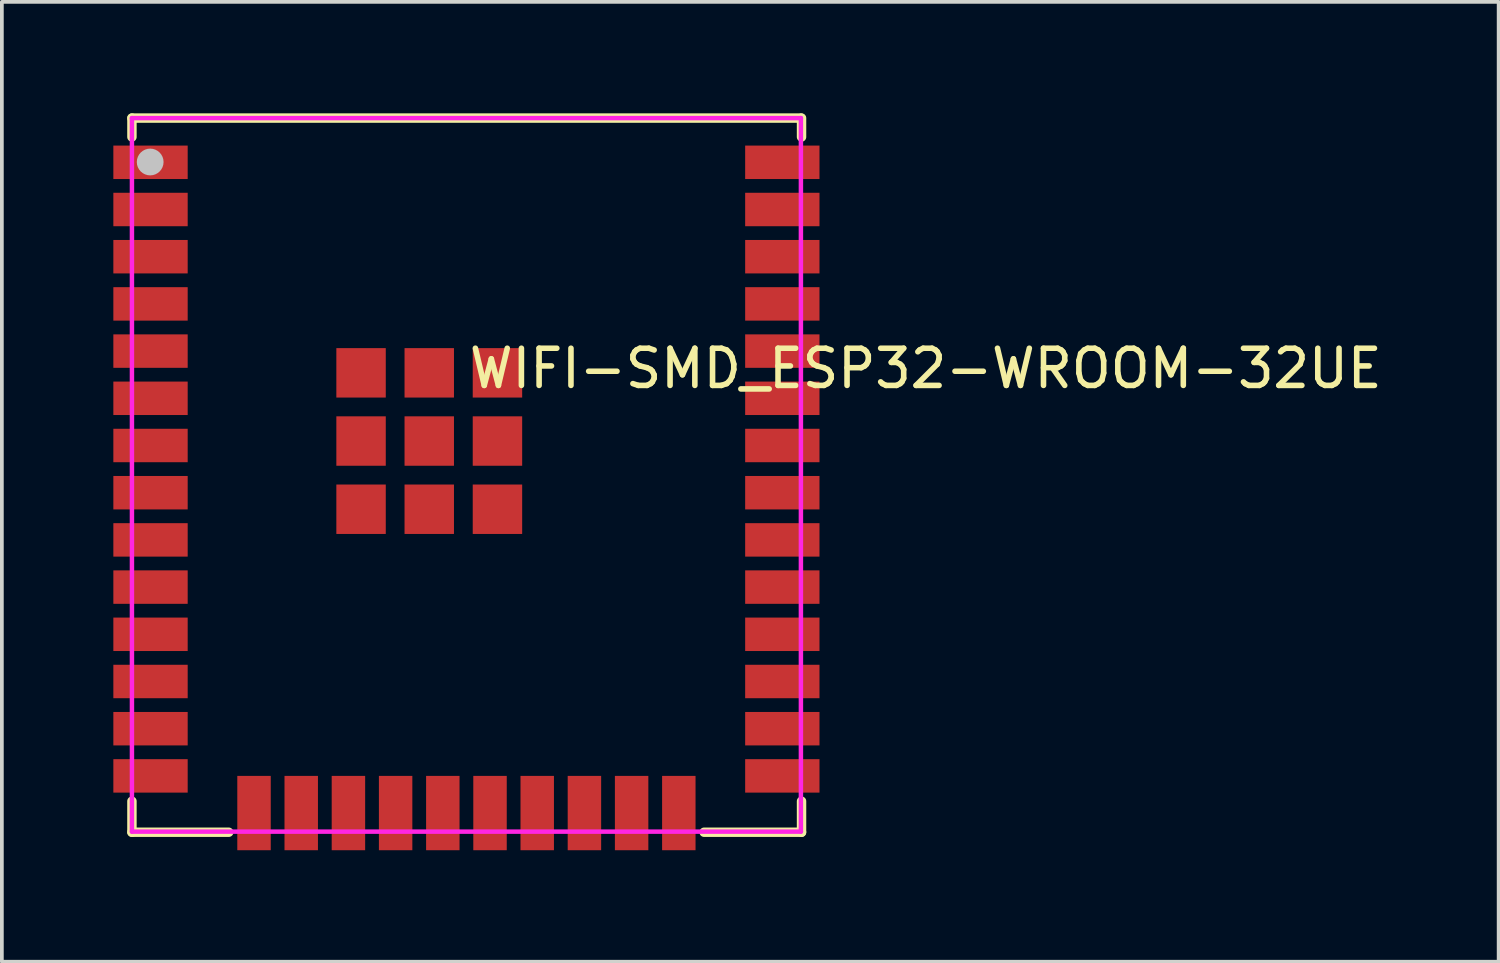
<source format=kicad_pcb>
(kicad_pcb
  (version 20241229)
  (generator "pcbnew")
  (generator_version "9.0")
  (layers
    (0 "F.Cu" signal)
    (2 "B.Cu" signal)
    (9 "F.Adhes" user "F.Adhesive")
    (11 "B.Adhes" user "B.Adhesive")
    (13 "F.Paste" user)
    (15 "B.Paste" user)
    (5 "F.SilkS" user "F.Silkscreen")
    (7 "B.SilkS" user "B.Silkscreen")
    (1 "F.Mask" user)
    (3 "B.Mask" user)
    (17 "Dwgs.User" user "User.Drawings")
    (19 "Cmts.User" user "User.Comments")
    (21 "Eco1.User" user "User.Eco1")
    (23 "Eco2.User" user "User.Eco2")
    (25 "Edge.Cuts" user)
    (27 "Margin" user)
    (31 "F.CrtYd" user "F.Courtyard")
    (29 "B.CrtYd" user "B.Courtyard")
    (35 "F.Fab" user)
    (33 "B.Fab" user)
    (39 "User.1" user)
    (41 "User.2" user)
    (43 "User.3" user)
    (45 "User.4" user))
  (footprint "WIFI-SMD_ESP32-WROOM-32UE"
    (layer "F.Cu")
    (at 9.5 10.072)
    (property "Reference" "WIFI-SMD_ESP32-WROOM-32UE" (at 0 -3.207 0) (layer "F.SilkS") (effects (font (size 1 1) (thickness 0.15)) (justify left)))
    (attr through_hole)
    (fp_line (start -9 -9.945) (end -9 -9.436) (stroke (width 0.254) (type solid)) (layer "F.SilkS"))
    (fp_line (start -9 8.436) (end -9 9.271) (stroke (width 0.254) (type solid)) (layer "F.SilkS"))
    (fp_line (start -9 9.271) (end -6.396 9.271) (stroke (width 0.254) (type solid)) (layer "F.SilkS"))
    (fp_line (start 6.396 9.271) (end 9.017 9.271) (stroke (width 0.254) (type solid)) (layer "F.SilkS"))
    (fp_line (start 9 -9.945) (end -9 -9.945) (stroke (width 0.254) (type solid)) (layer "F.SilkS"))
    (fp_line (start 9.017 -9.436) (end 9.017 -9.945) (stroke (width 0.254) (type solid)) (layer "F.SilkS"))
    (fp_line (start 9.017 9.271) (end 9.017 8.436) (stroke (width 0.254) (type solid)) (layer "F.SilkS"))
    (fp_circle (center -8.509 -8.763) (end -8.329 -8.763) (stroke (width 0.36) (type solid)) (fill no) (layer "Dwgs.User"))
    (fp_circle (center -9 -9.945) (end -8.97 -9.945) (stroke (width 0.06) (type solid)) (fill no) (layer "Eco2.User"))
    (fp_poly (pts (xy -8.1 -8.33) (xy -9 -8.33) (xy -9 -9.18) (xy -8.1 -9.18)) (stroke (width 0.12) (type solid)) (fill no) (layer "Eco2.User"))
    (fp_poly (pts (xy -8.1 -7.06) (xy -9 -7.06) (xy -9 -7.91) (xy -8.1 -7.91)) (stroke (width 0.12) (type solid)) (fill no) (layer "Eco2.User"))
    (fp_poly (pts (xy -8.1 -5.79) (xy -9 -5.79) (xy -9 -6.64) (xy -8.1 -6.64)) (stroke (width 0.12) (type solid)) (fill no) (layer "Eco2.User"))
    (fp_poly (pts (xy -8.1 -4.52) (xy -9 -4.52) (xy -9 -5.37) (xy -8.1 -5.37)) (stroke (width 0.12) (type solid)) (fill no) (layer "Eco2.User"))
    (fp_poly (pts (xy -8.1 -3.25) (xy -9 -3.25) (xy -9 -4.1) (xy -8.1 -4.1)) (stroke (width 0.12) (type solid)) (fill no) (layer "Eco2.User"))
    (fp_poly (pts (xy -8.1 -1.98) (xy -9 -1.98) (xy -9 -2.83) (xy -8.1 -2.83)) (stroke (width 0.12) (type solid)) (fill no) (layer "Eco2.User"))
    (fp_poly (pts (xy -8.1 -0.71) (xy -9 -0.71) (xy -9 -1.56) (xy -8.1 -1.56)) (stroke (width 0.12) (type solid)) (fill no) (layer "Eco2.User"))
    (fp_poly (pts (xy -8.1 0.56) (xy -9 0.56) (xy -9 -0.29) (xy -8.1 -0.29)) (stroke (width 0.12) (type solid)) (fill no) (layer "Eco2.User"))
    (fp_poly (pts (xy -8.1 1.83) (xy -9 1.83) (xy -9 0.98) (xy -8.1 0.98)) (stroke (width 0.12) (type solid)) (fill no) (layer "Eco2.User"))
    (fp_poly (pts (xy -8.1 3.1) (xy -9 3.1) (xy -9 2.25) (xy -8.1 2.25)) (stroke (width 0.12) (type solid)) (fill no) (layer "Eco2.User"))
    (fp_poly (pts (xy -8.1 4.37) (xy -9 4.37) (xy -9 3.52) (xy -8.1 3.52)) (stroke (width 0.12) (type solid)) (fill no) (layer "Eco2.User"))
    (fp_poly (pts (xy -8.1 5.64) (xy -9 5.64) (xy -9 4.79) (xy -8.1 4.79)) (stroke (width 0.12) (type solid)) (fill no) (layer "Eco2.User"))
    (fp_poly (pts (xy -8.1 6.91) (xy -9 6.91) (xy -9 6.06) (xy -8.1 6.06)) (stroke (width 0.12) (type solid)) (fill no) (layer "Eco2.User"))
    (fp_poly (pts (xy -8.1 8.18) (xy -9 8.18) (xy -9 7.33) (xy -8.1 7.33)) (stroke (width 0.12) (type solid)) (fill no) (layer "Eco2.User"))
    (fp_poly (pts (xy -5.29 8.395) (xy -5.29 9.295) (xy -6.14 9.295) (xy -6.14 8.395)) (stroke (width 0.12) (type solid)) (fill no) (layer "Eco2.User"))
    (fp_poly (pts (xy -4.02 8.395) (xy -4.02 9.295) (xy -4.87 9.295) (xy -4.87 8.395)) (stroke (width 0.12) (type solid)) (fill no) (layer "Eco2.User"))
    (fp_poly (pts (xy -3.5 -3.755) (xy -2.17 -3.755) (xy -2.17 -2.425) (xy -3.5 -2.425)) (stroke (width 0.12) (type solid)) (fill no) (layer "Eco2.User"))
    (fp_poly (pts (xy -3.5 -1.92) (xy -2.17 -1.92) (xy -2.17 -0.59) (xy -3.5 -0.59)) (stroke (width 0.12) (type solid)) (fill no) (layer "Eco2.User"))
    (fp_poly (pts (xy -3.5 -0.085) (xy -2.17 -0.085) (xy -2.17 1.245) (xy -3.5 1.245)) (stroke (width 0.12) (type solid)) (fill no) (layer "Eco2.User"))
    (fp_poly (pts (xy -2.75 8.395) (xy -2.75 9.295) (xy -3.6 9.295) (xy -3.6 8.395)) (stroke (width 0.12) (type solid)) (fill no) (layer "Eco2.User"))
    (fp_poly (pts (xy -1.665 -3.755) (xy -0.335 -3.755) (xy -0.335 -2.425) (xy -1.665 -2.425)) (stroke (width 0.12) (type solid)) (fill no) (layer "Eco2.User"))
    (fp_poly (pts (xy -1.665 -1.92) (xy -0.335 -1.92) (xy -0.335 -0.59) (xy -1.665 -0.59)) (stroke (width 0.12) (type solid)) (fill no) (layer "Eco2.User"))
    (fp_poly (pts (xy -1.665 -0.085) (xy -0.335 -0.085) (xy -0.335 1.245) (xy -1.665 1.245)) (stroke (width 0.12) (type solid)) (fill no) (layer "Eco2.User"))
    (fp_poly (pts (xy -1.48 8.395) (xy -1.48 9.295) (xy -2.33 9.295) (xy -2.33 8.395)) (stroke (width 0.12) (type solid)) (fill no) (layer "Eco2.User"))
    (fp_poly (pts (xy -0.21 8.395) (xy -0.21 9.295) (xy -1.06 9.295) (xy -1.06 8.395)) (stroke (width 0.12) (type solid)) (fill no) (layer "Eco2.User"))
    (fp_poly (pts (xy 0.17 -3.755) (xy 1.5 -3.755) (xy 1.5 -2.425) (xy 0.17 -2.425)) (stroke (width 0.12) (type solid)) (fill no) (layer "Eco2.User"))
    (fp_poly (pts (xy 0.17 -1.92) (xy 1.5 -1.92) (xy 1.5 -0.59) (xy 0.17 -0.59)) (stroke (width 0.12) (type solid)) (fill no) (layer "Eco2.User"))
    (fp_poly (pts (xy 0.17 -0.085) (xy 1.5 -0.085) (xy 1.5 1.245) (xy 0.17 1.245)) (stroke (width 0.12) (type solid)) (fill no) (layer "Eco2.User"))
    (fp_poly (pts (xy 1.06 8.395) (xy 1.06 9.295) (xy 0.21 9.295) (xy 0.21 8.395)) (stroke (width 0.12) (type solid)) (fill no) (layer "Eco2.User"))
    (fp_poly (pts (xy 2.33 8.395) (xy 2.33 9.295) (xy 1.48 9.295) (xy 1.48 8.395)) (stroke (width 0.12) (type solid)) (fill no) (layer "Eco2.User"))
    (fp_poly (pts (xy 3.6 8.395) (xy 3.6 9.295) (xy 2.75 9.295) (xy 2.75 8.395)) (stroke (width 0.12) (type solid)) (fill no) (layer "Eco2.User"))
    (fp_poly (pts (xy 4.87 8.395) (xy 4.87 9.295) (xy 4.02 9.295) (xy 4.02 8.395)) (stroke (width 0.12) (type solid)) (fill no) (layer "Eco2.User"))
    (fp_poly (pts (xy 6.14 8.395) (xy 6.14 9.295) (xy 5.29 9.295) (xy 5.29 8.395)) (stroke (width 0.12) (type solid)) (fill no) (layer "Eco2.User"))
    (fp_poly (pts (xy 8.1 -9.18) (xy 9 -9.18) (xy 9 -8.33) (xy 8.1 -8.33)) (stroke (width 0.12) (type solid)) (fill no) (layer "Eco2.User"))
    (fp_poly (pts (xy 8.1 -7.91) (xy 9 -7.91) (xy 9 -7.06) (xy 8.1 -7.06)) (stroke (width 0.12) (type solid)) (fill no) (layer "Eco2.User"))
    (fp_poly (pts (xy 8.1 -6.64) (xy 9 -6.64) (xy 9 -5.79) (xy 8.1 -5.79)) (stroke (width 0.12) (type solid)) (fill no) (layer "Eco2.User"))
    (fp_poly (pts (xy 8.1 -5.37) (xy 9 -5.37) (xy 9 -4.52) (xy 8.1 -4.52)) (stroke (width 0.12) (type solid)) (fill no) (layer "Eco2.User"))
    (fp_poly (pts (xy 8.1 -4.1) (xy 9 -4.1) (xy 9 -3.25) (xy 8.1 -3.25)) (stroke (width 0.12) (type solid)) (fill no) (layer "Eco2.User"))
    (fp_poly (pts (xy 8.1 -2.83) (xy 9 -2.83) (xy 9 -1.98) (xy 8.1 -1.98)) (stroke (width 0.12) (type solid)) (fill no) (layer "Eco2.User"))
    (fp_poly (pts (xy 8.1 -1.56) (xy 9 -1.56) (xy 9 -0.71) (xy 8.1 -0.71)) (stroke (width 0.12) (type solid)) (fill no) (layer "Eco2.User"))
    (fp_poly (pts (xy 8.1 -0.29) (xy 9 -0.29) (xy 9 0.56) (xy 8.1 0.56)) (stroke (width 0.12) (type solid)) (fill no) (layer "Eco2.User"))
    (fp_poly (pts (xy 8.1 0.98) (xy 9 0.98) (xy 9 1.83) (xy 8.1 1.83)) (stroke (width 0.12) (type solid)) (fill no) (layer "Eco2.User"))
    (fp_poly (pts (xy 8.1 2.25) (xy 9 2.25) (xy 9 3.1) (xy 8.1 3.1)) (stroke (width 0.12) (type solid)) (fill no) (layer "Eco2.User"))
    (fp_poly (pts (xy 8.1 3.52) (xy 9 3.52) (xy 9 4.37) (xy 8.1 4.37)) (stroke (width 0.12) (type solid)) (fill no) (layer "Eco2.User"))
    (fp_poly (pts (xy 8.1 4.79) (xy 9 4.79) (xy 9 5.64) (xy 8.1 5.64)) (stroke (width 0.12) (type solid)) (fill no) (layer "Eco2.User"))
    (fp_poly (pts (xy 8.1 6.06) (xy 9 6.06) (xy 9 6.91) (xy 8.1 6.91)) (stroke (width 0.12) (type solid)) (fill no) (layer "Eco2.User"))
    (fp_poly (pts (xy 8.1 7.33) (xy 9 7.33) (xy 9 8.18) (xy 8.1 8.18)) (stroke (width 0.12) (type solid)) (fill no) (layer "Eco2.User"))
    (fp_line (start -9 -9.945) (end 9 -9.945) (stroke (width 0.12) (type solid)) (layer "F.CrtYd"))
    (fp_line (start -9 9.255) (end -9 -9.945) (stroke (width 0.12) (type solid)) (layer "F.CrtYd"))
    (fp_line (start 9 -9.945) (end 9 9.255) (stroke (width 0.12) (type solid)) (layer "F.CrtYd"))
    (fp_line (start 9 9.255) (end -9 9.255) (stroke (width 0.12) (type solid)) (layer "F.CrtYd"))
    (pad "1" smd rect (at -8.5 -8.755) (size 2 0.9) (layers "F.Cu" "F.Mask" "F.Paste"))
    (pad "2" smd rect (at -8.5 -7.485) (size 2 0.9) (layers "F.Cu" "F.Mask" "F.Paste"))
    (pad "3" smd rect (at -8.5 -6.215) (size 2 0.9) (layers "F.Cu" "F.Mask" "F.Paste"))
    (pad "4" smd rect (at -8.5 -4.945) (size 2 0.9) (layers "F.Cu" "F.Mask" "F.Paste"))
    (pad "5" smd rect (at -8.5 -3.675) (size 2 0.9) (layers "F.Cu" "F.Mask" "F.Paste"))
    (pad "6" smd rect (at -8.5 -2.405) (size 2 0.9) (layers "F.Cu" "F.Mask" "F.Paste"))
    (pad "7" smd rect (at -8.5 -1.135) (size 2 0.9) (layers "F.Cu" "F.Mask" "F.Paste"))
    (pad "8" smd rect (at -8.5 0.135) (size 2 0.9) (layers "F.Cu" "F.Mask" "F.Paste"))
    (pad "9" smd rect (at -8.5 1.405) (size 2 0.9) (layers "F.Cu" "F.Mask" "F.Paste"))
    (pad "10" smd rect (at -8.5 2.675) (size 2 0.9) (layers "F.Cu" "F.Mask" "F.Paste"))
    (pad "11" smd rect (at -8.5 3.945) (size 2 0.9) (layers "F.Cu" "F.Mask" "F.Paste"))
    (pad "12" smd rect (at -8.5 5.215) (size 2 0.9) (layers "F.Cu" "F.Mask" "F.Paste"))
    (pad "13" smd rect (at -8.5 6.485) (size 2 0.9) (layers "F.Cu" "F.Mask" "F.Paste"))
    (pad "14" smd rect (at -8.5 7.755) (size 2 0.9) (layers "F.Cu" "F.Mask" "F.Paste"))
    (pad "15" smd rect (at -5.715 8.755) (size 0.9 2) (layers "F.Cu" "F.Mask" "F.Paste"))
    (pad "16" smd rect (at -4.445 8.755) (size 0.9 2) (layers "F.Cu" "F.Mask" "F.Paste"))
    (pad "17" smd rect (at -3.175 8.755) (size 0.9 2) (layers "F.Cu" "F.Mask" "F.Paste"))
    (pad "18" smd rect (at -1.905 8.755) (size 0.9 2) (layers "F.Cu" "F.Mask" "F.Paste"))
    (pad "19" smd rect (at -0.635 8.755) (size 0.9 2) (layers "F.Cu" "F.Mask" "F.Paste"))
    (pad "20" smd rect (at 0.635 8.755) (size 0.9 2) (layers "F.Cu" "F.Mask" "F.Paste"))
    (pad "21" smd rect (at 1.905 8.755) (size 0.9 2) (layers "F.Cu" "F.Mask" "F.Paste"))
    (pad "22" smd rect (at 3.175 8.755) (size 0.9 2) (layers "F.Cu" "F.Mask" "F.Paste"))
    (pad "23" smd rect (at 4.445 8.755) (size 0.9 2) (layers "F.Cu" "F.Mask" "F.Paste"))
    (pad "24" smd rect (at 5.715 8.755) (size 0.9 2) (layers "F.Cu" "F.Mask" "F.Paste"))
    (pad "25" smd rect (at 8.5 7.755 180) (size 2 0.9) (layers "F.Cu" "F.Mask" "F.Paste"))
    (pad "26" smd rect (at 8.5 6.485 180) (size 2 0.9) (layers "F.Cu" "F.Mask" "F.Paste"))
    (pad "27" smd rect (at 8.5 5.215 180) (size 2 0.9) (layers "F.Cu" "F.Mask" "F.Paste"))
    (pad "28" smd rect (at 8.5 3.945 180) (size 2 0.9) (layers "F.Cu" "F.Mask" "F.Paste"))
    (pad "29" smd rect (at 8.5 2.675 180) (size 2 0.9) (layers "F.Cu" "F.Mask" "F.Paste"))
    (pad "30" smd rect (at 8.5 1.405 180) (size 2 0.9) (layers "F.Cu" "F.Mask" "F.Paste"))
    (pad "31" smd rect (at 8.5 0.135 180) (size 2 0.9) (layers "F.Cu" "F.Mask" "F.Paste"))
    (pad "32" smd rect (at 8.5 -1.135 180) (size 2 0.9) (layers "F.Cu" "F.Mask" "F.Paste"))
    (pad "33" smd rect (at 8.5 -2.405 180) (size 2 0.9) (layers "F.Cu" "F.Mask" "F.Paste"))
    (pad "34" smd rect (at 8.5 -3.675 180) (size 2 0.9) (layers "F.Cu" "F.Mask" "F.Paste"))
    (pad "35" smd rect (at 8.5 -4.945 180) (size 2 0.9) (layers "F.Cu" "F.Mask" "F.Paste"))
    (pad "36" smd rect (at 8.5 -6.215 180) (size 2 0.9) (layers "F.Cu" "F.Mask" "F.Paste"))
    (pad "37" smd rect (at 8.5 -7.485 180) (size 2 0.9) (layers "F.Cu" "F.Mask" "F.Paste"))
    (pad "38" smd rect (at 8.5 -8.755 180) (size 2 0.9) (layers "F.Cu" "F.Mask" "F.Paste"))
    (pad "39" smd rect (at -2.835 -3.09 90) (size 1.33 1.33) (layers "F.Cu" "F.Mask" "F.Paste"))
    (pad "39" smd rect (at -2.835 -1.255 90) (size 1.33 1.33) (layers "F.Cu" "F.Mask" "F.Paste"))
    (pad "39" smd rect (at -2.835 0.58 90) (size 1.33 1.33) (layers "F.Cu" "F.Mask" "F.Paste"))
    (pad "39" smd rect (at -1 -3.09 90) (size 1.33 1.33) (layers "F.Cu" "F.Mask" "F.Paste"))
    (pad "39" smd rect (at -1 -1.255 90) (size 1.33 1.33) (layers "F.Cu" "F.Mask" "F.Paste"))
    (pad "39" smd rect (at -1 0.58 90) (size 1.33 1.33) (layers "F.Cu" "F.Mask" "F.Paste"))
    (pad "39" smd rect (at 0.835 -3.09 90) (size 1.33 1.33) (layers "F.Cu" "F.Mask" "F.Paste"))
    (pad "39" smd rect (at 0.835 -1.255 90) (size 1.33 1.33) (layers "F.Cu" "F.Mask" "F.Paste"))
    (pad "39" smd rect (at 0.835 0.58 90) (size 1.33 1.33) (layers "F.Cu" "F.Mask" "F.Paste")))
  (gr_rect
    (start -3 -3)
    (end 37.274 22.827)
    (stroke (width 0.1) (type default))
    (fill no)
    (layer "Edge.Cuts")))
</source>
